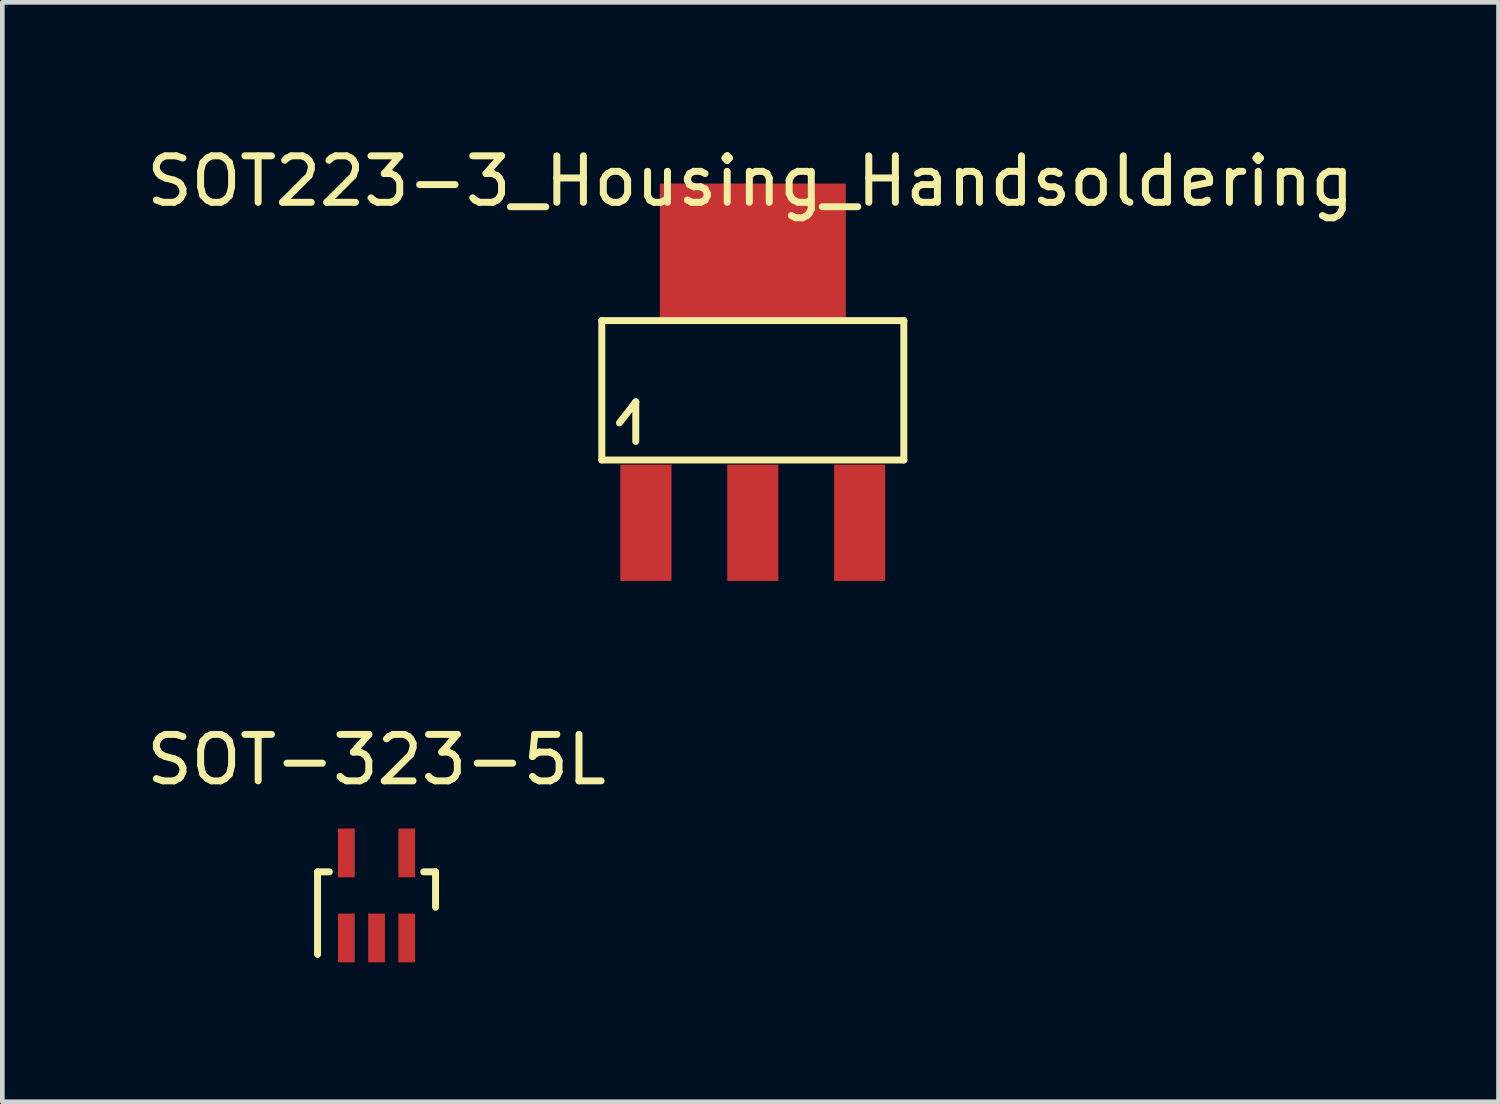
<source format=kicad_pcb>
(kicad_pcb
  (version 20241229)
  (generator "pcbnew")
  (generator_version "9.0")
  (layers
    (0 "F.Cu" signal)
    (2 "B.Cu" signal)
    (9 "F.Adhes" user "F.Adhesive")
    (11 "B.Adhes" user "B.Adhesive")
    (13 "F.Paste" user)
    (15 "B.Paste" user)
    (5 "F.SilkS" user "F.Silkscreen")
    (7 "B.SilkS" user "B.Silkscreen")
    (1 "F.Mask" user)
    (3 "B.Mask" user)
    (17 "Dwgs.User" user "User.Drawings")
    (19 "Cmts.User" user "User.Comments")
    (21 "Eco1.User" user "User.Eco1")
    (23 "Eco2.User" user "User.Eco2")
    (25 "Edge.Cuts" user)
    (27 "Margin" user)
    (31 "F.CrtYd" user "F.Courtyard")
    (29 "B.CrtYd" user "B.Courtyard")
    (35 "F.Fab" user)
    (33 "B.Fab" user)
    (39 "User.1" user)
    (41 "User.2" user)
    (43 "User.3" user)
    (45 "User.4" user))
  (footprint "SOT-323-5L"
    (layer "F.Cu")
    (at 5.054 16.222)
    (property "Reference" "SOT-323-5L" (at 0 -2.921 0) (layer "F.SilkS") (effects (font (size 1 1) (thickness 0.15))))
    (attr through_hole)
    (fp_line (start -1.27 -0.508) (end -1.27 1.27) (stroke (width 0.15) (type solid)) (layer "F.SilkS"))
    (fp_line (start -1.016 -0.508) (end -1.27 -0.508) (stroke (width 0.15) (type solid)) (layer "F.SilkS"))
    (fp_line (start 1.016 -0.508) (end 1.27 -0.508) (stroke (width 0.15) (type solid)) (layer "F.SilkS"))
    (fp_line (start 1.27 -0.508) (end 1.27 0.254) (stroke (width 0.15) (type solid)) (layer "F.SilkS"))
    (pad "1" smd rect (at -0.65 0.915) (size 0.36 1.05) (layers "F.Cu" "F.Mask" "F.Paste"))
    (pad "2" smd rect (at 0 0.915) (size 0.36 1.05) (layers "F.Cu" "F.Mask" "F.Paste"))
    (pad "3" smd rect (at 0.65 0.915) (size 0.36 1.05) (layers "F.Cu" "F.Mask" "F.Paste"))
    (pad "4" smd rect (at 0.65 -0.915) (size 0.36 1.05) (layers "F.Cu" "F.Mask" "F.Paste"))
    (pad "5" smd rect (at -0.65 -0.915) (size 0.36 1.05) (layers "F.Cu" "F.Mask" "F.Paste")))
  (footprint "SOT223-3_Housing_Handsoldering"
    (layer "F.Cu")
    (at 13.152 5.85)
    (property "Reference" "SOT223-3_Housing_Handsoldering" (at -0.051 -5.001 0) (layer "F.SilkS") (effects (font (size 1 1) (thickness 0.15))))
    (attr smd)
    (fp_line (start -3.25 -2) (end -3.25 1) (stroke (width 0.15) (type solid)) (layer "F.SilkS"))
    (fp_line (start -3.25 1) (end 3.25 1) (stroke (width 0.15) (type solid)) (layer "F.SilkS"))
    (fp_line (start -2.87 0.201) (end -2.519 -0.249) (stroke (width 0.15) (type solid)) (layer "F.SilkS"))
    (fp_line (start -2.621 -0.099) (end -2.519 -0.249) (stroke (width 0.15) (type solid)) (layer "F.SilkS"))
    (fp_line (start -2.519 -0.249) (end -2.519 0.599) (stroke (width 0.15) (type solid)) (layer "F.SilkS"))
    (fp_line (start 3.25 -2) (end -3.25 -2) (stroke (width 0.15) (type solid)) (layer "F.SilkS"))
    (fp_line (start 3.25 1) (end 3.25 -2) (stroke (width 0.15) (type solid)) (layer "F.SilkS"))
    (pad "1" smd rect (at -2.3 2.352) (size 1.1 2.502) (layers "F.Cu" "F.Mask" "F.Paste"))
    (pad "2" smd rect (at 0 -3.45) (size 4 3) (layers "F.Cu" "F.Mask" "F.Paste"))
    (pad "2" smd rect (at 0 2.352) (size 1.1 2.502) (layers "F.Cu" "F.Mask" "F.Paste"))
    (pad "3" smd rect (at 2.3 2.352) (size 1.1 2.502) (layers "F.Cu" "F.Mask" "F.Paste")))
  (gr_rect
    (start -3 -3)
    (end 29.202 20.662)
    (stroke (width 0.1) (type default))
    (fill no)
    (layer "Edge.Cuts")))
</source>
